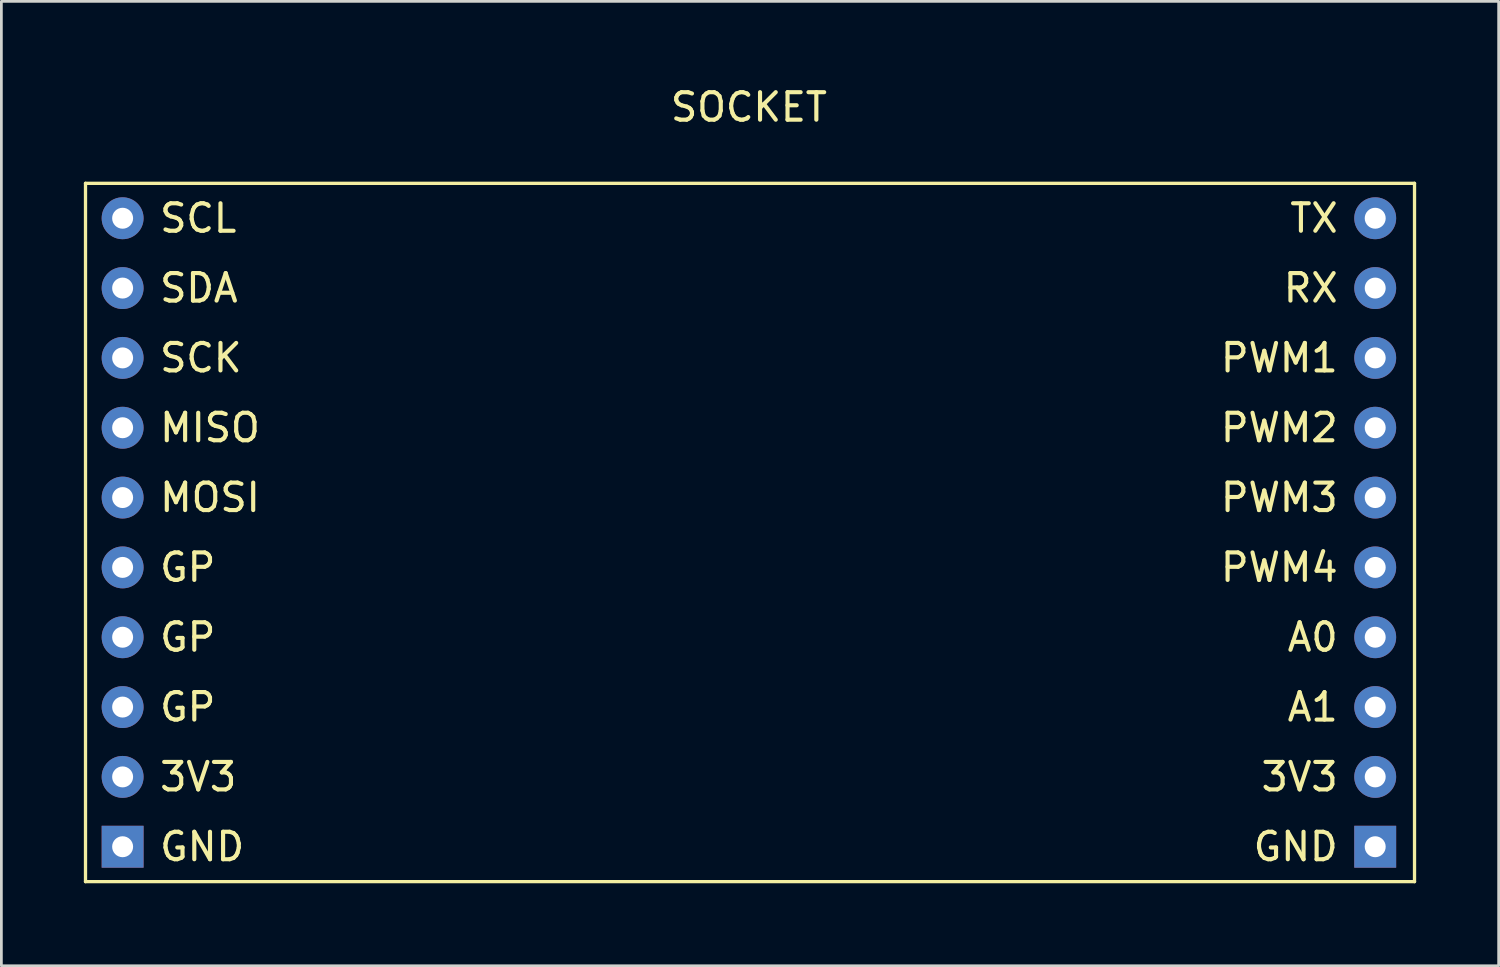
<source format=kicad_pcb>
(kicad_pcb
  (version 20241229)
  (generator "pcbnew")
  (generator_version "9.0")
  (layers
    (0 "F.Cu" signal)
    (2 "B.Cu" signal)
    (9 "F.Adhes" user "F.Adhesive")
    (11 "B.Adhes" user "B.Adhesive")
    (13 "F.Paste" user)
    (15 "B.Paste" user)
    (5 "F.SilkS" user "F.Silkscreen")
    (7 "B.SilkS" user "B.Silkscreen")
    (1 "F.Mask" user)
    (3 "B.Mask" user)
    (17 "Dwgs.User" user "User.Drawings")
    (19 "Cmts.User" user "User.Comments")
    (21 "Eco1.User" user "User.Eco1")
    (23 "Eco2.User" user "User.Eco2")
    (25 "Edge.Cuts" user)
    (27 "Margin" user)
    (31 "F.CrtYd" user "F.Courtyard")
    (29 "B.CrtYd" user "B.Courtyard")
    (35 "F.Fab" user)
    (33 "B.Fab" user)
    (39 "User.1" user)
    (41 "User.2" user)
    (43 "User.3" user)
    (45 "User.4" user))
  (footprint "SOCKET"
    (layer "F.Cu")
    (at 24.19 2.348)
    (property "Reference" "SOCKET" (at 0 -1.5 0) (layer "F.SilkS") (effects (font (size 1 1) (thickness 0.15))))
    (attr through_hole)
    (fp_line (start -24.13 1.27) (end 24.21 1.27) (stroke (width 0.12) (type solid)) (layer "F.SilkS"))
    (fp_line (start -24.13 26.67) (end -24.13 1.27) (stroke (width 0.12) (type solid)) (layer "F.SilkS"))
    (fp_line (start 24.21 1.27) (end 24.21 26.67) (stroke (width 0.12) (type solid)) (layer "F.SilkS"))
    (fp_line (start 24.21 26.67) (end -24.13 26.67) (stroke (width 0.12) (type solid)) (layer "F.SilkS"))
    (fp_text user "PWM4" (at 21.51 15.24 0) (layer "F.SilkS") (effects (font (size 1 1) (thickness 0.15)) (justify right)))
    (fp_text user "3V3" (at -21.51 22.86 0) (layer "F.SilkS") (effects (font (size 1 1) (thickness 0.15)) (justify left)))
    (fp_text user "A1" (at 21.51 20.32 0) (layer "F.SilkS") (effects (font (size 1 1) (thickness 0.15)) (justify right)))
    (fp_text user "GP" (at -21.51 17.78 0) (layer "F.SilkS") (effects (font (size 1 1) (thickness 0.15)) (justify left)))
    (fp_text user "A0" (at 21.51 17.78 0) (layer "F.SilkS") (effects (font (size 1 1) (thickness 0.15)) (justify right)))
    (fp_text user "TX" (at 21.51 2.54 0) (layer "F.SilkS") (effects (font (size 1 1) (thickness 0.15)) (justify right)))
    (fp_text user "RX" (at 21.51 5.08 0) (layer "F.SilkS") (effects (font (size 1 1) (thickness 0.15)) (justify right)))
    (fp_text user "SCK" (at -21.51 7.62 0) (layer "F.SilkS") (effects (font (size 1 1) (thickness 0.15)) (justify left)))
    (fp_text user "3V3" (at 21.51 22.86 0) (layer "F.SilkS") (effects (font (size 1 1) (thickness 0.15)) (justify right)))
    (fp_text user "GND" (at 21.51 25.4 0) (layer "F.SilkS") (effects (font (size 1 1) (thickness 0.15)) (justify right)))
    (fp_text user "PWM1" (at 21.51 7.62 0) (layer "F.SilkS") (effects (font (size 1 1) (thickness 0.15)) (justify right)))
    (fp_text user "MISO" (at -21.51 10.16 0) (layer "F.SilkS") (effects (font (size 1 1) (thickness 0.15)) (justify left)))
    (fp_text user "MOSI" (at -21.51 12.7 0) (layer "F.SilkS") (effects (font (size 1 1) (thickness 0.15)) (justify left)))
    (fp_text user "GND" (at -21.51 25.4 0) (layer "F.SilkS") (effects (font (size 1 1) (thickness 0.15)) (justify left)))
    (fp_text user "GP" (at -21.51 20.32 0) (layer "F.SilkS") (effects (font (size 1 1) (thickness 0.15)) (justify left)))
    (fp_text user "SCL" (at -21.51 2.54 0) (layer "F.SilkS") (effects (font (size 1 1) (thickness 0.15)) (justify left)))
    (fp_text user "GP" (at -21.51 15.24 0) (layer "F.SilkS") (effects (font (size 1 1) (thickness 0.15)) (justify left)))
    (fp_text user "PWM2" (at 21.51 10.16 0) (layer "F.SilkS") (effects (font (size 1 1) (thickness 0.15)) (justify right)))
    (fp_text user "PWM3" (at 21.51 12.7 0) (layer "F.SilkS") (effects (font (size 1 1) (thickness 0.15)) (justify right)))
    (fp_text user "SDA" (at -21.51 5.08 0) (layer "F.SilkS") (effects (font (size 1 1) (thickness 0.15)) (justify left)))
    (pad "1" thru_hole circle (at -22.78 2.54) (size 1.524 1.524) (drill 0.762) (layers "*.Cu" "*.Mask"))
    (pad "2" thru_hole circle (at -22.78 5.08) (size 1.524 1.524) (drill 0.762) (layers "*.Cu" "*.Mask"))
    (pad "3" thru_hole circle (at -22.78 7.62) (size 1.524 1.524) (drill 0.762) (layers "*.Cu" "*.Mask"))
    (pad "4" thru_hole circle (at -22.78 10.16) (size 1.524 1.524) (drill 0.762) (layers "*.Cu" "*.Mask"))
    (pad "5" thru_hole circle (at -22.78 12.7) (size 1.524 1.524) (drill 0.762) (layers "*.Cu" "*.Mask"))
    (pad "6" thru_hole circle (at -22.78 15.24) (size 1.524 1.524) (drill 0.762) (layers "*.Cu" "*.Mask"))
    (pad "7" thru_hole circle (at -22.78 22.86) (size 1.524 1.524) (drill 0.762) (layers "*.Cu" "*.Mask"))
    (pad "8" thru_hole rect (at -22.78 25.4) (size 1.524 1.524) (drill 0.762) (layers "*.Cu" "*.Mask"))
    (pad "9" thru_hole rect (at 22.78 25.4) (size 1.524 1.524) (drill 0.762) (layers "*.Cu" "*.Mask"))
    (pad "10" thru_hole circle (at 22.78 22.86) (size 1.524 1.524) (drill 0.762) (layers "*.Cu" "*.Mask"))
    (pad "11" thru_hole circle (at 22.78 15.24) (size 1.524 1.524) (drill 0.762) (layers "*.Cu" "*.Mask"))
    (pad "12" thru_hole circle (at 22.78 12.7) (size 1.524 1.524) (drill 0.762) (layers "*.Cu" "*.Mask"))
    (pad "13" thru_hole circle (at 22.78 10.16) (size 1.524 1.524) (drill 0.762) (layers "*.Cu" "*.Mask"))
    (pad "14" thru_hole circle (at 22.78 7.62) (size 1.524 1.524) (drill 0.762) (layers "*.Cu" "*.Mask"))
    (pad "15" thru_hole circle (at 22.78 5.08) (size 1.524 1.524) (drill 0.762) (layers "*.Cu" "*.Mask"))
    (pad "16" thru_hole circle (at 22.78 2.54) (size 1.524 1.524) (drill 0.762) (layers "*.Cu" "*.Mask"))
    (pad "17" thru_hole circle (at -22.78 17.78) (size 1.524 1.524) (drill 0.762) (layers "*.Cu" "*.Mask"))
    (pad "18" thru_hole circle (at -22.78 20.32) (size 1.524 1.524) (drill 0.762) (layers "*.Cu" "*.Mask"))
    (pad "19" thru_hole circle (at 22.78 20.32) (size 1.524 1.524) (drill 0.762) (layers "*.Cu" "*.Mask"))
    (pad "20" thru_hole circle (at 22.78 17.78) (size 1.524 1.524) (drill 0.762) (layers "*.Cu" "*.Mask")))
  (gr_rect
    (start -3 -3)
    (end 51.46 32.078)
    (stroke (width 0.1) (type default))
    (fill no)
    (layer "Edge.Cuts")))
</source>
